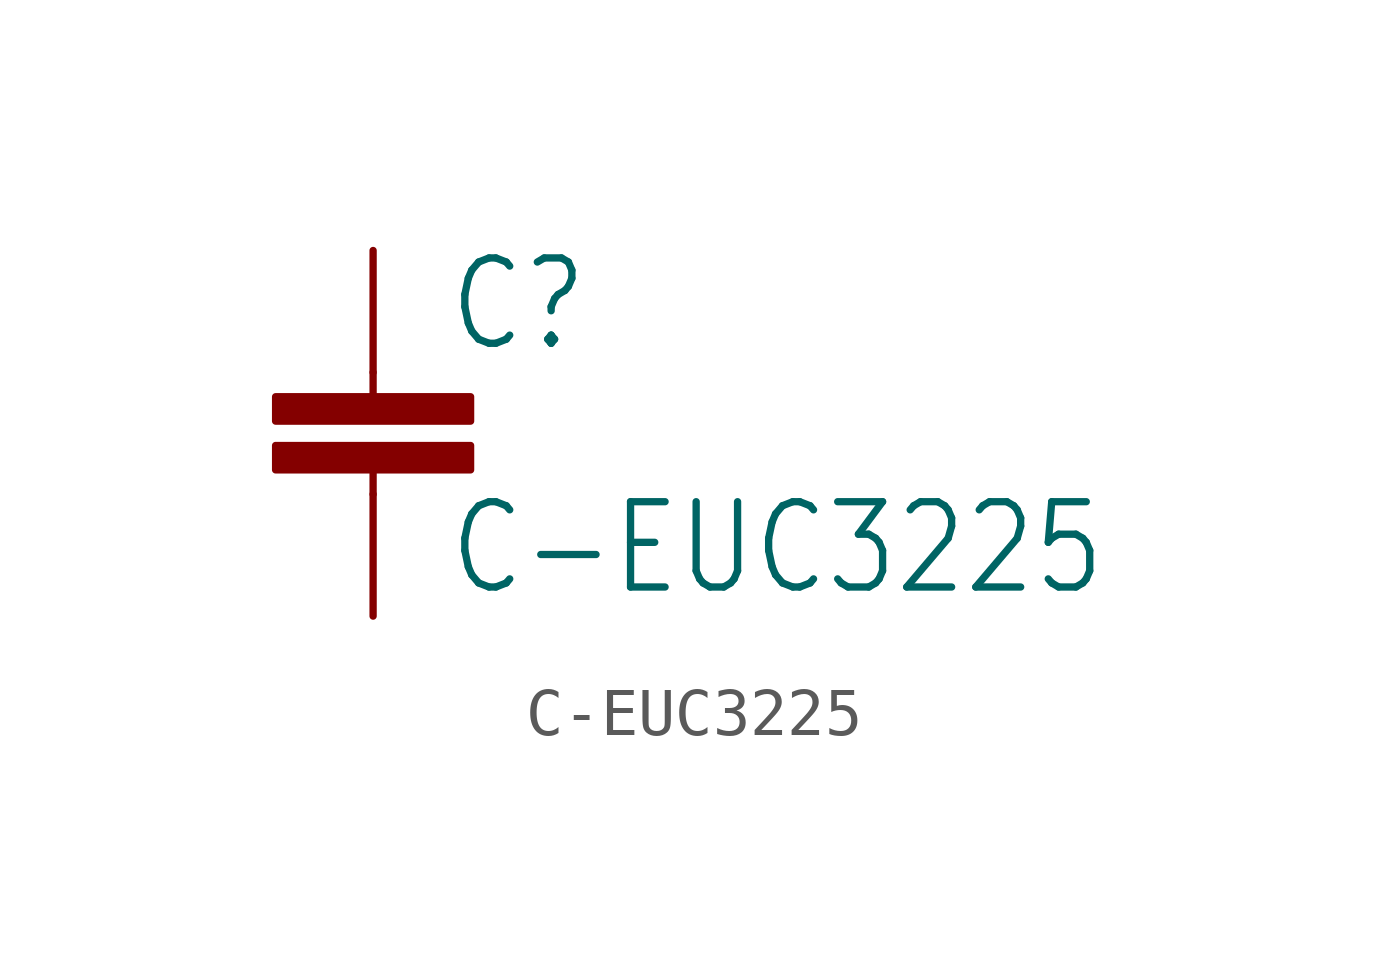
<source format=kicad_sym>
(kicad_symbol_lib
  (version 20231120)
  (generator "kicad_symbol_editor")
  (generator_version "8.0")
  (symbol "C-EUC3225"
    (property "Reference" "C"
      (at 1.524 0.381 0)
      (effects (font (size 1.778 1.511)) (justify left bottom)))
    (property "Value" "C-EUC3225"
      (at 1.524 -4.699 0)
      (effects (font (size 1.778 1.511)) (justify left bottom)))
    (property "ki_locked" ""
      (at 0 0 0)
      (effects (font (size 1.27 1.27))))
    (symbol "C-EUC3225_1_0"
      (rectangle (start -2.032 -2.032) (end 2.032 -1.524) (stroke (width 0) (type default)) (fill (type outline)))
      (rectangle (start -2.032 -1.016) (end 2.032 -0.508) (stroke (width 0) (type default)) (fill (type outline)))
      (polyline (pts (xy 0 -2.54) (xy 0 -2.032)) (stroke (width 0.152) (type default)) (fill (type none)))
      (polyline (pts (xy 0 0) (xy 0 -0.508)) (stroke (width 0.152) (type default)) (fill (type none)))
      (pin passive line (at 0 2.54 270) (length 2.54) (name "1" (effects (font (size 0 0)))) (number "1" (effects (font (size 0 0)))))
      (pin passive line (at 0 -5.08 90) (length 2.54) (name "2" (effects (font (size 0 0)))) (number "2" (effects (font (size 0 0))))))))
</source>
